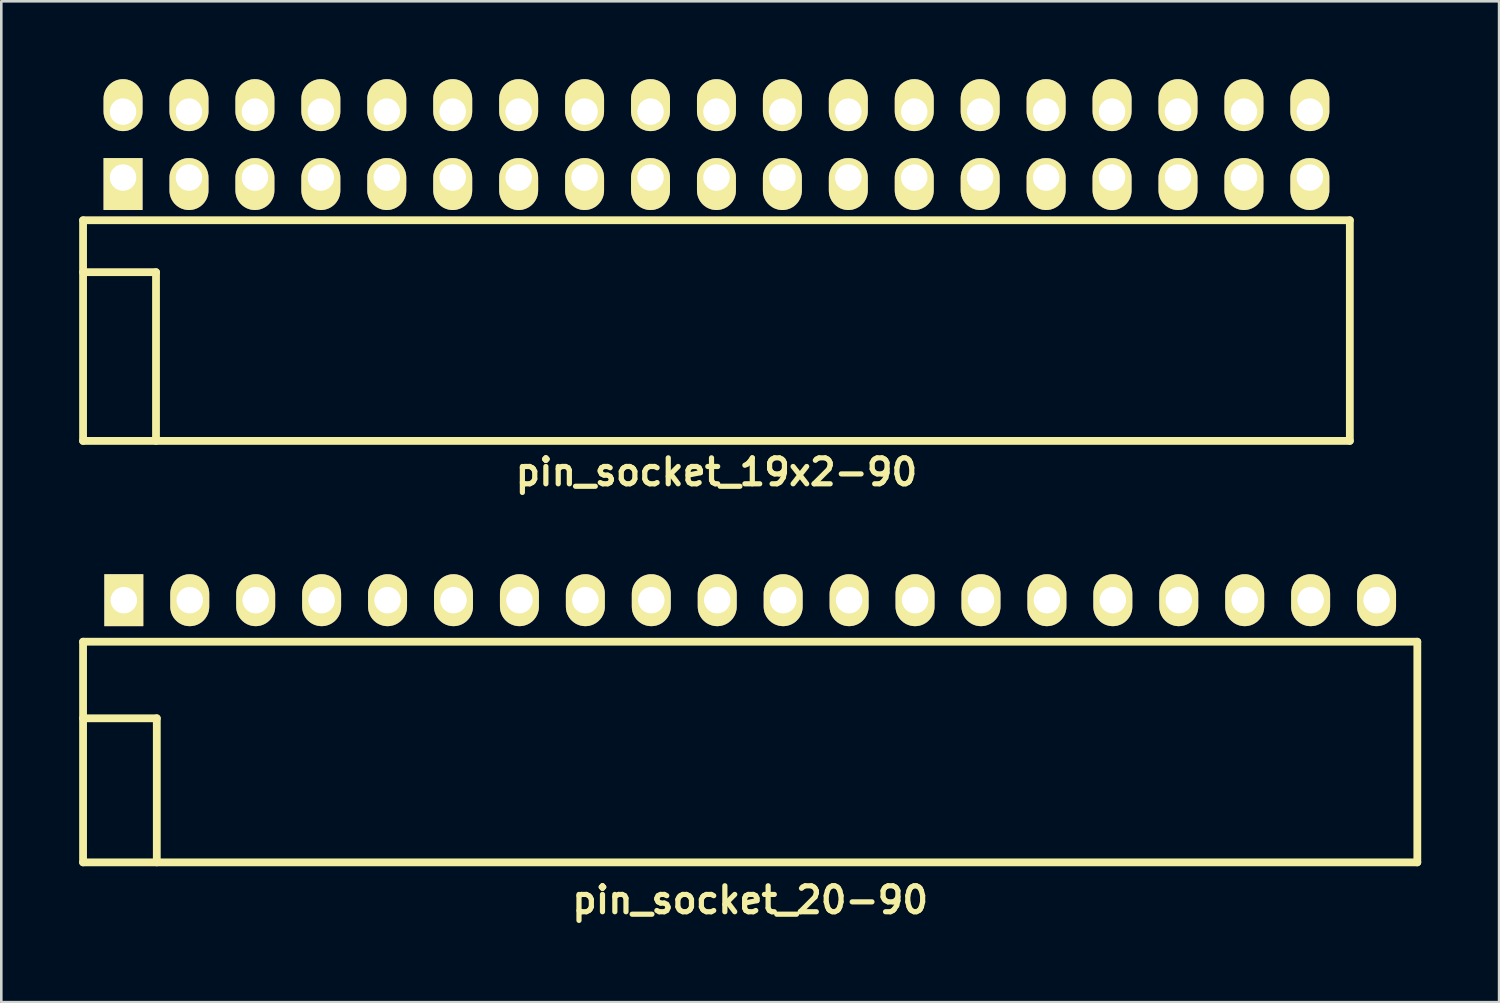
<source format=kicad_pcb>
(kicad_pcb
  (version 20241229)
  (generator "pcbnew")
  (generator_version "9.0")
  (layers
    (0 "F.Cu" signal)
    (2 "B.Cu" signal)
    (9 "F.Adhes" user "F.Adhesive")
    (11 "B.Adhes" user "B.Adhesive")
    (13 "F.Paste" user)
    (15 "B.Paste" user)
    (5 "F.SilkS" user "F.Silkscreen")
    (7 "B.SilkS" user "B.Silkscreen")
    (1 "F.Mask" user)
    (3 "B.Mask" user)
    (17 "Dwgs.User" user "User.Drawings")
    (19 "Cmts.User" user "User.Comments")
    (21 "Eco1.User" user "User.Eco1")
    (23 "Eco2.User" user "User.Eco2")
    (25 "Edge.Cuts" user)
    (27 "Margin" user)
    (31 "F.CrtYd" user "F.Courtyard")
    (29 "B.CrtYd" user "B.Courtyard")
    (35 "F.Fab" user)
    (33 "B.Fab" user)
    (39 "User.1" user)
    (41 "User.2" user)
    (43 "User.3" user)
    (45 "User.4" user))
  (footprint "pin_socket_19x2-90"
    (layer "F.Cu")
    (at 24.55 7.435)
    (property "Reference" "pin_socket_19x2-90" (at 0 7.7 0) (layer "F.SilkS") (effects (font (size 1 1) (thickness 0.2))))
    (attr through_hole)
    (fp_line (start -24.4 -2) (end -24.4 6.5) (stroke (width 0.3) (type solid)) (layer "F.SilkS"))
    (fp_line (start -24.4 -2) (end 24.4 -2) (stroke (width 0.3) (type solid)) (layer "F.SilkS"))
    (fp_line (start -24.4 0) (end -21.59 0) (stroke (width 0.3) (type solid)) (layer "F.SilkS"))
    (fp_line (start -24.4 6.5) (end 24.4 6.5) (stroke (width 0.3) (type solid)) (layer "F.SilkS"))
    (fp_line (start -21.59 0) (end -21.59 6.5) (stroke (width 0.3) (type solid)) (layer "F.SilkS"))
    (fp_line (start 24.4 -2) (end 24.4 6.5) (stroke (width 0.3) (type solid)) (layer "F.SilkS"))
    (pad "1" thru_hole rect (at -22.86 -3.645) (size 1.5 2) (drill 1.02 (offset 0 0.25)) (layers "*.Cu" "*.Mask" "F.SilkS"))
    (pad "2" thru_hole oval (at -22.86 -6.185) (size 1.5 2) (drill 1.02 (offset 0 -0.25)) (layers "*.Cu" "*.Mask" "F.SilkS"))
    (pad "3" thru_hole oval (at -20.32 -3.645) (size 1.5 2) (drill 1.02 (offset 0 0.25)) (layers "*.Cu" "*.Mask" "F.SilkS"))
    (pad "4" thru_hole oval (at -20.32 -6.185) (size 1.5 2) (drill 1.02 (offset 0 -0.25)) (layers "*.Cu" "*.Mask" "F.SilkS"))
    (pad "5" thru_hole oval (at -17.78 -3.645) (size 1.5 2) (drill 1.02 (offset 0 0.25)) (layers "*.Cu" "*.Mask" "F.SilkS"))
    (pad "6" thru_hole oval (at -17.78 -6.185) (size 1.5 2) (drill 1.02 (offset 0 -0.25)) (layers "*.Cu" "*.Mask" "F.SilkS"))
    (pad "7" thru_hole oval (at -15.24 -3.645) (size 1.5 2) (drill 1.02 (offset 0 0.25)) (layers "*.Cu" "*.Mask" "F.SilkS"))
    (pad "8" thru_hole oval (at -15.24 -6.185) (size 1.5 2) (drill 1.02 (offset 0 -0.25)) (layers "*.Cu" "*.Mask" "F.SilkS"))
    (pad "9" thru_hole oval (at -12.7 -3.645) (size 1.5 2) (drill 1.02 (offset 0 0.25)) (layers "*.Cu" "*.Mask" "F.SilkS"))
    (pad "10" thru_hole oval (at -12.7 -6.185) (size 1.5 2) (drill 1.02 (offset 0 -0.25)) (layers "*.Cu" "*.Mask" "F.SilkS"))
    (pad "11" thru_hole oval (at -10.16 -3.645) (size 1.5 2) (drill 1.02 (offset 0 0.25)) (layers "*.Cu" "*.Mask" "F.SilkS"))
    (pad "12" thru_hole oval (at -10.16 -6.185) (size 1.5 2) (drill 1.02 (offset 0 -0.25)) (layers "*.Cu" "*.Mask" "F.SilkS"))
    (pad "13" thru_hole oval (at -7.62 -3.645) (size 1.5 2) (drill 1.02 (offset 0 0.25)) (layers "*.Cu" "*.Mask" "F.SilkS"))
    (pad "14" thru_hole oval (at -7.62 -6.185) (size 1.5 2) (drill 1.02 (offset 0 -0.25)) (layers "*.Cu" "*.Mask" "F.SilkS"))
    (pad "15" thru_hole oval (at -5.08 -3.645) (size 1.5 2) (drill 1.02 (offset 0 0.25)) (layers "*.Cu" "*.Mask" "F.SilkS"))
    (pad "16" thru_hole oval (at -5.08 -6.185) (size 1.5 2) (drill 1.02 (offset 0 -0.25)) (layers "*.Cu" "*.Mask" "F.SilkS"))
    (pad "17" thru_hole oval (at -2.54 -3.645) (size 1.5 2) (drill 1.02 (offset 0 0.25)) (layers "*.Cu" "*.Mask" "F.SilkS"))
    (pad "18" thru_hole oval (at -2.54 -6.185) (size 1.5 2) (drill 1.02 (offset 0 -0.25)) (layers "*.Cu" "*.Mask" "F.SilkS"))
    (pad "19" thru_hole oval (at 0 -3.645) (size 1.5 2) (drill 1.02 (offset 0 0.25)) (layers "*.Cu" "*.Mask" "F.SilkS"))
    (pad "20" thru_hole oval (at 0 -6.185) (size 1.5 2) (drill 1.02 (offset 0 -0.25)) (layers "*.Cu" "*.Mask" "F.SilkS"))
    (pad "21" thru_hole oval (at 2.54 -3.645) (size 1.5 2) (drill 1.02 (offset 0 0.25)) (layers "*.Cu" "*.Mask" "F.SilkS"))
    (pad "22" thru_hole oval (at 2.54 -6.185) (size 1.5 2) (drill 1.02 (offset 0 -0.25)) (layers "*.Cu" "*.Mask" "F.SilkS"))
    (pad "23" thru_hole oval (at 5.08 -3.645) (size 1.5 2) (drill 1.02 (offset 0 0.25)) (layers "*.Cu" "*.Mask" "F.SilkS"))
    (pad "24" thru_hole oval (at 5.08 -6.185) (size 1.5 2) (drill 1.02 (offset 0 -0.25)) (layers "*.Cu" "*.Mask" "F.SilkS"))
    (pad "25" thru_hole oval (at 7.62 -3.645) (size 1.5 2) (drill 1.02 (offset 0 0.25)) (layers "*.Cu" "*.Mask" "F.SilkS"))
    (pad "26" thru_hole oval (at 7.62 -6.185) (size 1.5 2) (drill 1.02 (offset 0 -0.25)) (layers "*.Cu" "*.Mask" "F.SilkS"))
    (pad "27" thru_hole oval (at 10.16 -3.645) (size 1.5 2) (drill 1.02 (offset 0 0.25)) (layers "*.Cu" "*.Mask" "F.SilkS"))
    (pad "28" thru_hole oval (at 10.16 -6.185) (size 1.5 2) (drill 1.02 (offset 0 -0.25)) (layers "*.Cu" "*.Mask" "F.SilkS"))
    (pad "29" thru_hole oval (at 12.7 -3.645) (size 1.5 2) (drill 1.02 (offset 0 0.25)) (layers "*.Cu" "*.Mask" "F.SilkS"))
    (pad "30" thru_hole oval (at 12.7 -6.185) (size 1.5 2) (drill 1.02 (offset 0 -0.25)) (layers "*.Cu" "*.Mask" "F.SilkS"))
    (pad "31" thru_hole oval (at 15.24 -3.645) (size 1.5 2) (drill 1.02 (offset 0 0.25)) (layers "*.Cu" "*.Mask" "F.SilkS"))
    (pad "32" thru_hole oval (at 15.24 -6.185) (size 1.5 2) (drill 1.02 (offset 0 -0.25)) (layers "*.Cu" "*.Mask" "F.SilkS"))
    (pad "33" thru_hole oval (at 17.78 -3.645) (size 1.5 2) (drill 1.02 (offset 0 0.25)) (layers "*.Cu" "*.Mask" "F.SilkS"))
    (pad "34" thru_hole oval (at 17.78 -6.185) (size 1.5 2) (drill 1.02 (offset 0 -0.25)) (layers "*.Cu" "*.Mask" "F.SilkS"))
    (pad "35" thru_hole oval (at 20.32 -3.645) (size 1.5 2) (drill 1.02 (offset 0 0.25)) (layers "*.Cu" "*.Mask" "F.SilkS"))
    (pad "36" thru_hole oval (at 20.32 -6.185) (size 1.5 2) (drill 1.02 (offset 0 -0.25)) (layers "*.Cu" "*.Mask" "F.SilkS"))
    (pad "37" thru_hole oval (at 22.86 -3.645) (size 1.5 2) (drill 1.02 (offset 0 0.25)) (layers "*.Cu" "*.Mask" "F.SilkS"))
    (pad "38" thru_hole oval (at 22.86 -6.185) (size 1.5 2) (drill 1.02 (offset 0 -0.25)) (layers "*.Cu" "*.Mask" "F.SilkS")))
  (footprint "pin_socket_20-90"
    (layer "F.Cu")
    (at 25.85 24.621)
    (property "Reference" "pin_socket_20-90" (at 0 7 0) (layer "F.SilkS") (effects (font (size 1 1) (thickness 0.2))))
    (attr through_hole)
    (fp_line (start -25.7 -2.95) (end -25.7 5.55) (stroke (width 0.3) (type solid)) (layer "F.SilkS"))
    (fp_line (start -25.7 -2.95) (end 25.7 -2.95) (stroke (width 0.3) (type solid)) (layer "F.SilkS"))
    (fp_line (start -25.7 0) (end -22.86 0) (stroke (width 0.3) (type solid)) (layer "F.SilkS"))
    (fp_line (start -25.7 5.55) (end 25.7 5.55) (stroke (width 0.3) (type solid)) (layer "F.SilkS"))
    (fp_line (start -22.86 0) (end -22.86 5.55) (stroke (width 0.3) (type solid)) (layer "F.SilkS"))
    (fp_line (start 25.7 -2.95) (end 25.7 5.55) (stroke (width 0.3) (type solid)) (layer "F.SilkS"))
    (pad "1" thru_hole rect (at -24.13 -4.55) (size 1.5 2) (drill 1.02) (layers "*.Cu" "*.Mask" "F.SilkS"))
    (pad "2" thru_hole oval (at -21.59 -4.55) (size 1.5 2) (drill 1.02) (layers "*.Cu" "*.Mask" "F.SilkS"))
    (pad "3" thru_hole oval (at -19.05 -4.55) (size 1.5 2) (drill 1.02) (layers "*.Cu" "*.Mask" "F.SilkS"))
    (pad "4" thru_hole oval (at -16.51 -4.55) (size 1.5 2) (drill 1.02) (layers "*.Cu" "*.Mask" "F.SilkS"))
    (pad "5" thru_hole oval (at -13.97 -4.55) (size 1.5 2) (drill 1.02) (layers "*.Cu" "*.Mask" "F.SilkS"))
    (pad "6" thru_hole oval (at -11.43 -4.55) (size 1.5 2) (drill 1.02) (layers "*.Cu" "*.Mask" "F.SilkS"))
    (pad "7" thru_hole oval (at -8.89 -4.55) (size 1.5 2) (drill 1.02) (layers "*.Cu" "*.Mask" "F.SilkS"))
    (pad "8" thru_hole oval (at -6.35 -4.55) (size 1.5 2) (drill 1.02) (layers "*.Cu" "*.Mask" "F.SilkS"))
    (pad "9" thru_hole oval (at -3.81 -4.55) (size 1.5 2) (drill 1.02) (layers "*.Cu" "*.Mask" "F.SilkS"))
    (pad "10" thru_hole oval (at -1.27 -4.55) (size 1.5 2) (drill 1.02) (layers "*.Cu" "*.Mask" "F.SilkS"))
    (pad "12" thru_hole oval (at 3.81 -4.55) (size 1.5 2) (drill 1.02) (layers "*.Cu" "*.Mask" "F.SilkS"))
    (pad "13" thru_hole oval (at 6.35 -4.55) (size 1.5 2) (drill 1.02) (layers "*.Cu" "*.Mask" "F.SilkS"))
    (pad "14" thru_hole oval (at 8.89 -4.55) (size 1.5 2) (drill 1.02) (layers "*.Cu" "*.Mask" "F.SilkS"))
    (pad "15" thru_hole oval (at 11.43 -4.55) (size 1.5 2) (drill 1.02) (layers "*.Cu" "*.Mask" "F.SilkS"))
    (pad "16" thru_hole oval (at 13.97 -4.55) (size 1.5 2) (drill 1.02) (layers "*.Cu" "*.Mask" "F.SilkS"))
    (pad "17" thru_hole oval (at 16.51 -4.55) (size 1.5 2) (drill 1.02) (layers "*.Cu" "*.Mask" "F.SilkS"))
    (pad "18" thru_hole oval (at 19.05 -4.55) (size 1.5 2) (drill 1.02) (layers "*.Cu" "*.Mask" "F.SilkS"))
    (pad "19" thru_hole oval (at 21.59 -4.55) (size 1.5 2) (drill 1.02) (layers "*.Cu" "*.Mask" "F.SilkS"))
    (pad "20" thru_hole oval (at 24.13 -4.55) (size 1.5 2) (drill 1.02) (layers "*.Cu" "*.Mask" "F.SilkS"))
    (pad "1121" thru_hole oval (at 1.27 -4.55) (size 1.5 2) (drill 1.02) (layers "*.Cu" "*.Mask" "F.SilkS")))
  (gr_rect
    (start -3 -3)
    (end 54.7 35.557)
    (stroke (width 0.1) (type default))
    (fill no)
    (layer "Edge.Cuts")))
</source>
